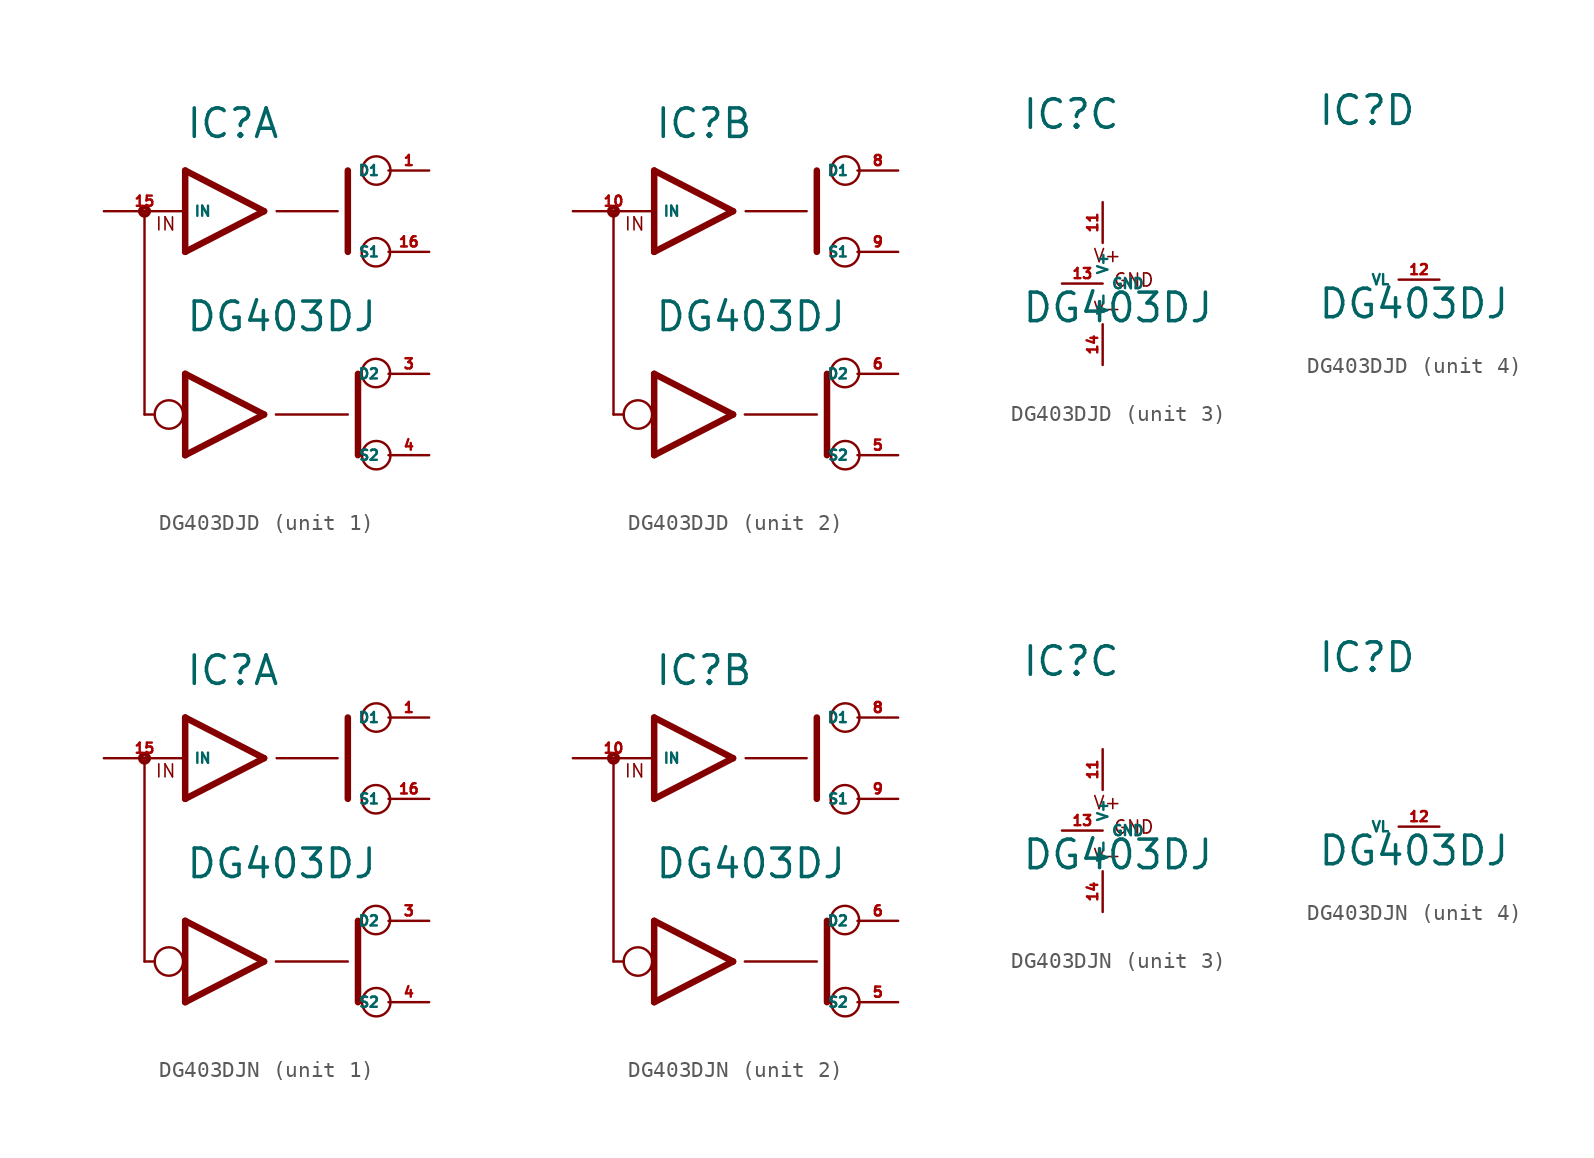
<source format=kicad_sym>
(kicad_symbol_lib
  (version 20220914)
  (generator Eagle2Kicad)
  (symbol "DG403DJD"
    (property "Reference" "IC"
      (at -5.08 9.525 0)
      (effects (font (size 1.778 1.778) (thickness 0.22)) (justify left bottom)))
    (property "Value" "DG403DJ"
      (at -5.08 -2.54 0)
      (effects (font (size 1.778 1.778) (thickness 0.22)) (justify left bottom)))
    (symbol "DG403DJD_1_0"
      (polyline (pts (xy -0.152 5.08) (xy -5.08 7.62)) (stroke (width 0.406) (type default)) (fill (type none)))
      (polyline (pts (xy -5.08 2.54) (xy -0.152 5.08)) (stroke (width 0.406) (type default)) (fill (type none)))
      (polyline (pts (xy -5.08 7.62) (xy -5.08 2.54)) (stroke (width 0.406) (type default)) (fill (type none)))
      (polyline (pts (xy 5.08 2.54) (xy 5.08 7.62)) (stroke (width 0.406) (type default)) (fill (type none)))
      (polyline (pts (xy 0.635 5.08) (xy 4.445 5.08)) (stroke (width 0.152) (type default)) (fill (type none)))
      (polyline (pts (xy 5.715 -10.16) (xy 5.715 -5.08)) (stroke (width 0.406) (type default)) (fill (type none)))
      (polyline (pts (xy -5.08 -10.16) (xy -0.152 -7.62)) (stroke (width 0.406) (type default)) (fill (type none)))
      (polyline (pts (xy -0.152 -7.62) (xy -5.08 -5.08)) (stroke (width 0.406) (type default)) (fill (type none)))
      (polyline (pts (xy 0.584 -7.62) (xy 5.08 -7.62)) (stroke (width 0.152) (type default)) (fill (type none)))
      (polyline (pts (xy -5.08 -5.08) (xy -5.08 -10.16)) (stroke (width 0.406) (type default)) (fill (type none)))
      (polyline (pts (xy -7.62 4.978) (xy -7.62 -7.62)) (stroke (width 0.152) (type default)) (fill (type none)))
      (polyline (pts (xy -7.62 -7.62) (xy -6.985 -7.62)) (stroke (width 0.152) (type default)) (fill (type none)))
      (text "IN" (at -6.985 3.81 0) (effects (font (size 0.813 0.813) (thickness 0.10)) (justify left bottom)))
      (circle (center 6.833 2.515) (radius 0.889) (stroke (width 0.152) (type default)) (fill (type none)))
      (circle (center 6.858 7.62) (radius 0.889) (stroke (width 0.152) (type default)) (fill (type none)))
      (circle (center 6.833 -5.029) (radius 0.889) (stroke (width 0.152) (type default)) (fill (type none)))
      (circle (center 6.858 -10.16) (radius 0.889) (stroke (width 0.152) (type default)) (fill (type none)))
      (circle (center -6.096 -7.62) (radius 0.889) (stroke (width 0.152) (type default)) (fill (type none)))
      (circle (center -7.62 5.08) (radius 0.254) (stroke (width 0.305) (type default)) (fill (type none)))
      (pin bidirectional line (at 10.16 7.62 180) (length 2.54) (name "D1" (effects (font (size 0.635 0.635) (thickness 0.08)) (justify left bottom))) (number "1" (effects (font (size 0.635 0.635) (thickness 0.08)) (justify left bottom))))
      (pin input line (at -10.16 5.08 0) (length 5.08) (name "IN" (effects (font (size 0.635 0.635) (thickness 0.08)) (justify left bottom))) (number "15" (effects (font (size 0.635 0.635) (thickness 0.08)) (justify left bottom))))
      (pin bidirectional line (at 10.16 2.54 180) (length 2.54) (name "S1" (effects (font (size 0.635 0.635) (thickness 0.08)) (justify left bottom))) (number "16" (effects (font (size 0.635 0.635) (thickness 0.08)) (justify left bottom))))
      (pin bidirectional line (at 10.16 -5.08 180) (length 2.54) (name "D2" (effects (font (size 0.635 0.635) (thickness 0.08)) (justify left bottom))) (number "3" (effects (font (size 0.635 0.635) (thickness 0.08)) (justify left bottom))))
      (pin bidirectional line (at 10.16 -10.16 180) (length 2.54) (name "S2" (effects (font (size 0.635 0.635) (thickness 0.08)) (justify left bottom))) (number "4" (effects (font (size 0.635 0.635) (thickness 0.08)) (justify left bottom)))))
    (symbol "DG403DJD_2_0"
      (polyline (pts (xy -0.152 5.08) (xy -5.08 7.62)) (stroke (width 0.406) (type default)) (fill (type none)))
      (polyline (pts (xy -5.08 2.54) (xy -0.152 5.08)) (stroke (width 0.406) (type default)) (fill (type none)))
      (polyline (pts (xy -5.08 7.62) (xy -5.08 2.54)) (stroke (width 0.406) (type default)) (fill (type none)))
      (polyline (pts (xy 5.08 2.54) (xy 5.08 7.62)) (stroke (width 0.406) (type default)) (fill (type none)))
      (polyline (pts (xy 0.635 5.08) (xy 4.445 5.08)) (stroke (width 0.152) (type default)) (fill (type none)))
      (polyline (pts (xy 5.715 -10.16) (xy 5.715 -5.08)) (stroke (width 0.406) (type default)) (fill (type none)))
      (polyline (pts (xy -5.08 -10.16) (xy -0.152 -7.62)) (stroke (width 0.406) (type default)) (fill (type none)))
      (polyline (pts (xy -0.152 -7.62) (xy -5.08 -5.08)) (stroke (width 0.406) (type default)) (fill (type none)))
      (polyline (pts (xy 0.584 -7.62) (xy 5.08 -7.62)) (stroke (width 0.152) (type default)) (fill (type none)))
      (polyline (pts (xy -5.08 -5.08) (xy -5.08 -10.16)) (stroke (width 0.406) (type default)) (fill (type none)))
      (polyline (pts (xy -7.62 4.978) (xy -7.62 -7.62)) (stroke (width 0.152) (type default)) (fill (type none)))
      (polyline (pts (xy -7.62 -7.62) (xy -6.985 -7.62)) (stroke (width 0.152) (type default)) (fill (type none)))
      (text "IN" (at -6.985 3.81 0) (effects (font (size 0.813 0.813) (thickness 0.10)) (justify left bottom)))
      (circle (center 6.833 2.515) (radius 0.889) (stroke (width 0.152) (type default)) (fill (type none)))
      (circle (center 6.858 7.62) (radius 0.889) (stroke (width 0.152) (type default)) (fill (type none)))
      (circle (center 6.833 -5.029) (radius 0.889) (stroke (width 0.152) (type default)) (fill (type none)))
      (circle (center 6.858 -10.16) (radius 0.889) (stroke (width 0.152) (type default)) (fill (type none)))
      (circle (center -6.096 -7.62) (radius 0.889) (stroke (width 0.152) (type default)) (fill (type none)))
      (circle (center -7.62 5.08) (radius 0.254) (stroke (width 0.305) (type default)) (fill (type none)))
      (pin bidirectional line (at 10.16 7.62 180) (length 2.54) (name "D1" (effects (font (size 0.635 0.635) (thickness 0.08)) (justify left bottom))) (number "8" (effects (font (size 0.635 0.635) (thickness 0.08)) (justify left bottom))))
      (pin input line (at -10.16 5.08 0) (length 5.08) (name "IN" (effects (font (size 0.635 0.635) (thickness 0.08)) (justify left bottom))) (number "10" (effects (font (size 0.635 0.635) (thickness 0.08)) (justify left bottom))))
      (pin bidirectional line (at 10.16 2.54 180) (length 2.54) (name "S1" (effects (font (size 0.635 0.635) (thickness 0.08)) (justify left bottom))) (number "9" (effects (font (size 0.635 0.635) (thickness 0.08)) (justify left bottom))))
      (pin bidirectional line (at 10.16 -5.08 180) (length 2.54) (name "D2" (effects (font (size 0.635 0.635) (thickness 0.08)) (justify left bottom))) (number "6" (effects (font (size 0.635 0.635) (thickness 0.08)) (justify left bottom))))
      (pin bidirectional line (at 10.16 -10.16 180) (length 2.54) (name "S2" (effects (font (size 0.635 0.635) (thickness 0.08)) (justify left bottom))) (number "5" (effects (font (size 0.635 0.635) (thickness 0.08)) (justify left bottom)))))
    (symbol "DG403DJD_3_0"
      (text "V+" (at -0.635 1.27 0) (effects (font (size 0.813 0.813) (thickness 0.10)) (justify left bottom)))
      (text "V-" (at -0.635 -2.032 0) (effects (font (size 0.813 0.813) (thickness 0.10)) (justify left bottom)))
      (text "GND" (at 0.635 -0.254 0) (effects (font (size 0.813 0.813) (thickness 0.10)) (justify left bottom)))
      (pin unspecified line (at 0 5.08 270) (length 2.54) (name "V+" (effects (font (size 0.635 0.635) (thickness 0.08)) (justify left bottom))) (number "11" (effects (font (size 0.635 0.635) (thickness 0.08)) (justify left bottom))))
      (pin unspecified line (at 0 -5.08 90) (length 2.54) (name "V-" (effects (font (size 0.635 0.635) (thickness 0.08)) (justify left bottom))) (number "14" (effects (font (size 0.635 0.635) (thickness 0.08)) (justify left bottom))))
      (pin unspecified line (at -2.54 0 0) (length 2.54) (name "GND" (effects (font (size 0.635 0.635) (thickness 0.08)) (justify left bottom))) (number "13" (effects (font (size 0.635 0.635) (thickness 0.08)) (justify left bottom)))))
    (symbol "DG403DJD_4_0"
      (pin input line (at 2.54 0 180) (length 2.54) (name "VL" (effects (font (size 0.635 0.635) (thickness 0.08)) (justify left bottom))) (number "12" (effects (font (size 0.635 0.635) (thickness 0.08)) (justify left bottom))))))
  (symbol "DG403DJN"
    (property "Reference" "IC"
      (at -5.08 9.525 0)
      (effects (font (size 1.778 1.778) (thickness 0.22)) (justify left bottom)))
    (property "Value" "DG403DJ"
      (at -5.08 -2.54 0)
      (effects (font (size 1.778 1.778) (thickness 0.22)) (justify left bottom)))
    (symbol "DG403DJN_1_0"
      (polyline (pts (xy -0.152 5.08) (xy -5.08 7.62)) (stroke (width 0.406) (type default)) (fill (type none)))
      (polyline (pts (xy -5.08 2.54) (xy -0.152 5.08)) (stroke (width 0.406) (type default)) (fill (type none)))
      (polyline (pts (xy -5.08 7.62) (xy -5.08 2.54)) (stroke (width 0.406) (type default)) (fill (type none)))
      (polyline (pts (xy 5.08 2.54) (xy 5.08 7.62)) (stroke (width 0.406) (type default)) (fill (type none)))
      (polyline (pts (xy 0.635 5.08) (xy 4.445 5.08)) (stroke (width 0.152) (type default)) (fill (type none)))
      (polyline (pts (xy 5.715 -10.16) (xy 5.715 -5.08)) (stroke (width 0.406) (type default)) (fill (type none)))
      (polyline (pts (xy -5.08 -10.16) (xy -0.152 -7.62)) (stroke (width 0.406) (type default)) (fill (type none)))
      (polyline (pts (xy -0.152 -7.62) (xy -5.08 -5.08)) (stroke (width 0.406) (type default)) (fill (type none)))
      (polyline (pts (xy 0.584 -7.62) (xy 5.08 -7.62)) (stroke (width 0.152) (type default)) (fill (type none)))
      (polyline (pts (xy -5.08 -5.08) (xy -5.08 -10.16)) (stroke (width 0.406) (type default)) (fill (type none)))
      (polyline (pts (xy -7.62 4.978) (xy -7.62 -7.62)) (stroke (width 0.152) (type default)) (fill (type none)))
      (polyline (pts (xy -7.62 -7.62) (xy -6.985 -7.62)) (stroke (width 0.152) (type default)) (fill (type none)))
      (text "IN" (at -6.985 3.81 0) (effects (font (size 0.813 0.813) (thickness 0.10)) (justify left bottom)))
      (circle (center 6.833 2.515) (radius 0.889) (stroke (width 0.152) (type default)) (fill (type none)))
      (circle (center 6.858 7.62) (radius 0.889) (stroke (width 0.152) (type default)) (fill (type none)))
      (circle (center 6.833 -5.029) (radius 0.889) (stroke (width 0.152) (type default)) (fill (type none)))
      (circle (center 6.858 -10.16) (radius 0.889) (stroke (width 0.152) (type default)) (fill (type none)))
      (circle (center -6.096 -7.62) (radius 0.889) (stroke (width 0.152) (type default)) (fill (type none)))
      (circle (center -7.62 5.08) (radius 0.254) (stroke (width 0.305) (type default)) (fill (type none)))
      (pin bidirectional line (at 10.16 7.62 180) (length 2.54) (name "D1" (effects (font (size 0.635 0.635) (thickness 0.08)) (justify left bottom))) (number "1" (effects (font (size 0.635 0.635) (thickness 0.08)) (justify left bottom))))
      (pin input line (at -10.16 5.08 0) (length 5.08) (name "IN" (effects (font (size 0.635 0.635) (thickness 0.08)) (justify left bottom))) (number "15" (effects (font (size 0.635 0.635) (thickness 0.08)) (justify left bottom))))
      (pin bidirectional line (at 10.16 2.54 180) (length 2.54) (name "S1" (effects (font (size 0.635 0.635) (thickness 0.08)) (justify left bottom))) (number "16" (effects (font (size 0.635 0.635) (thickness 0.08)) (justify left bottom))))
      (pin bidirectional line (at 10.16 -5.08 180) (length 2.54) (name "D2" (effects (font (size 0.635 0.635) (thickness 0.08)) (justify left bottom))) (number "3" (effects (font (size 0.635 0.635) (thickness 0.08)) (justify left bottom))))
      (pin bidirectional line (at 10.16 -10.16 180) (length 2.54) (name "S2" (effects (font (size 0.635 0.635) (thickness 0.08)) (justify left bottom))) (number "4" (effects (font (size 0.635 0.635) (thickness 0.08)) (justify left bottom)))))
    (symbol "DG403DJN_2_0"
      (polyline (pts (xy -0.152 5.08) (xy -5.08 7.62)) (stroke (width 0.406) (type default)) (fill (type none)))
      (polyline (pts (xy -5.08 2.54) (xy -0.152 5.08)) (stroke (width 0.406) (type default)) (fill (type none)))
      (polyline (pts (xy -5.08 7.62) (xy -5.08 2.54)) (stroke (width 0.406) (type default)) (fill (type none)))
      (polyline (pts (xy 5.08 2.54) (xy 5.08 7.62)) (stroke (width 0.406) (type default)) (fill (type none)))
      (polyline (pts (xy 0.635 5.08) (xy 4.445 5.08)) (stroke (width 0.152) (type default)) (fill (type none)))
      (polyline (pts (xy 5.715 -10.16) (xy 5.715 -5.08)) (stroke (width 0.406) (type default)) (fill (type none)))
      (polyline (pts (xy -5.08 -10.16) (xy -0.152 -7.62)) (stroke (width 0.406) (type default)) (fill (type none)))
      (polyline (pts (xy -0.152 -7.62) (xy -5.08 -5.08)) (stroke (width 0.406) (type default)) (fill (type none)))
      (polyline (pts (xy 0.584 -7.62) (xy 5.08 -7.62)) (stroke (width 0.152) (type default)) (fill (type none)))
      (polyline (pts (xy -5.08 -5.08) (xy -5.08 -10.16)) (stroke (width 0.406) (type default)) (fill (type none)))
      (polyline (pts (xy -7.62 4.978) (xy -7.62 -7.62)) (stroke (width 0.152) (type default)) (fill (type none)))
      (polyline (pts (xy -7.62 -7.62) (xy -6.985 -7.62)) (stroke (width 0.152) (type default)) (fill (type none)))
      (text "IN" (at -6.985 3.81 0) (effects (font (size 0.813 0.813) (thickness 0.10)) (justify left bottom)))
      (circle (center 6.833 2.515) (radius 0.889) (stroke (width 0.152) (type default)) (fill (type none)))
      (circle (center 6.858 7.62) (radius 0.889) (stroke (width 0.152) (type default)) (fill (type none)))
      (circle (center 6.833 -5.029) (radius 0.889) (stroke (width 0.152) (type default)) (fill (type none)))
      (circle (center 6.858 -10.16) (radius 0.889) (stroke (width 0.152) (type default)) (fill (type none)))
      (circle (center -6.096 -7.62) (radius 0.889) (stroke (width 0.152) (type default)) (fill (type none)))
      (circle (center -7.62 5.08) (radius 0.254) (stroke (width 0.305) (type default)) (fill (type none)))
      (pin bidirectional line (at 10.16 7.62 180) (length 2.54) (name "D1" (effects (font (size 0.635 0.635) (thickness 0.08)) (justify left bottom))) (number "8" (effects (font (size 0.635 0.635) (thickness 0.08)) (justify left bottom))))
      (pin input line (at -10.16 5.08 0) (length 5.08) (name "IN" (effects (font (size 0.635 0.635) (thickness 0.08)) (justify left bottom))) (number "10" (effects (font (size 0.635 0.635) (thickness 0.08)) (justify left bottom))))
      (pin bidirectional line (at 10.16 2.54 180) (length 2.54) (name "S1" (effects (font (size 0.635 0.635) (thickness 0.08)) (justify left bottom))) (number "9" (effects (font (size 0.635 0.635) (thickness 0.08)) (justify left bottom))))
      (pin bidirectional line (at 10.16 -5.08 180) (length 2.54) (name "D2" (effects (font (size 0.635 0.635) (thickness 0.08)) (justify left bottom))) (number "6" (effects (font (size 0.635 0.635) (thickness 0.08)) (justify left bottom))))
      (pin bidirectional line (at 10.16 -10.16 180) (length 2.54) (name "S2" (effects (font (size 0.635 0.635) (thickness 0.08)) (justify left bottom))) (number "5" (effects (font (size 0.635 0.635) (thickness 0.08)) (justify left bottom)))))
    (symbol "DG403DJN_3_0"
      (text "V+" (at -0.635 1.27 0) (effects (font (size 0.813 0.813) (thickness 0.10)) (justify left bottom)))
      (text "V-" (at -0.635 -2.032 0) (effects (font (size 0.813 0.813) (thickness 0.10)) (justify left bottom)))
      (text "GND" (at 0.635 -0.254 0) (effects (font (size 0.813 0.813) (thickness 0.10)) (justify left bottom)))
      (pin unspecified line (at 0 5.08 270) (length 2.54) (name "V+" (effects (font (size 0.635 0.635) (thickness 0.08)) (justify left bottom))) (number "11" (effects (font (size 0.635 0.635) (thickness 0.08)) (justify left bottom))))
      (pin unspecified line (at 0 -5.08 90) (length 2.54) (name "V-" (effects (font (size 0.635 0.635) (thickness 0.08)) (justify left bottom))) (number "14" (effects (font (size 0.635 0.635) (thickness 0.08)) (justify left bottom))))
      (pin unspecified line (at -2.54 0 0) (length 2.54) (name "GND" (effects (font (size 0.635 0.635) (thickness 0.08)) (justify left bottom))) (number "13" (effects (font (size 0.635 0.635) (thickness 0.08)) (justify left bottom)))))
    (symbol "DG403DJN_4_0"
      (pin input line (at 2.54 0 180) (length 2.54) (name "VL" (effects (font (size 0.635 0.635) (thickness 0.08)) (justify left bottom))) (number "12" (effects (font (size 0.635 0.635) (thickness 0.08)) (justify left bottom)))))))
</source>
